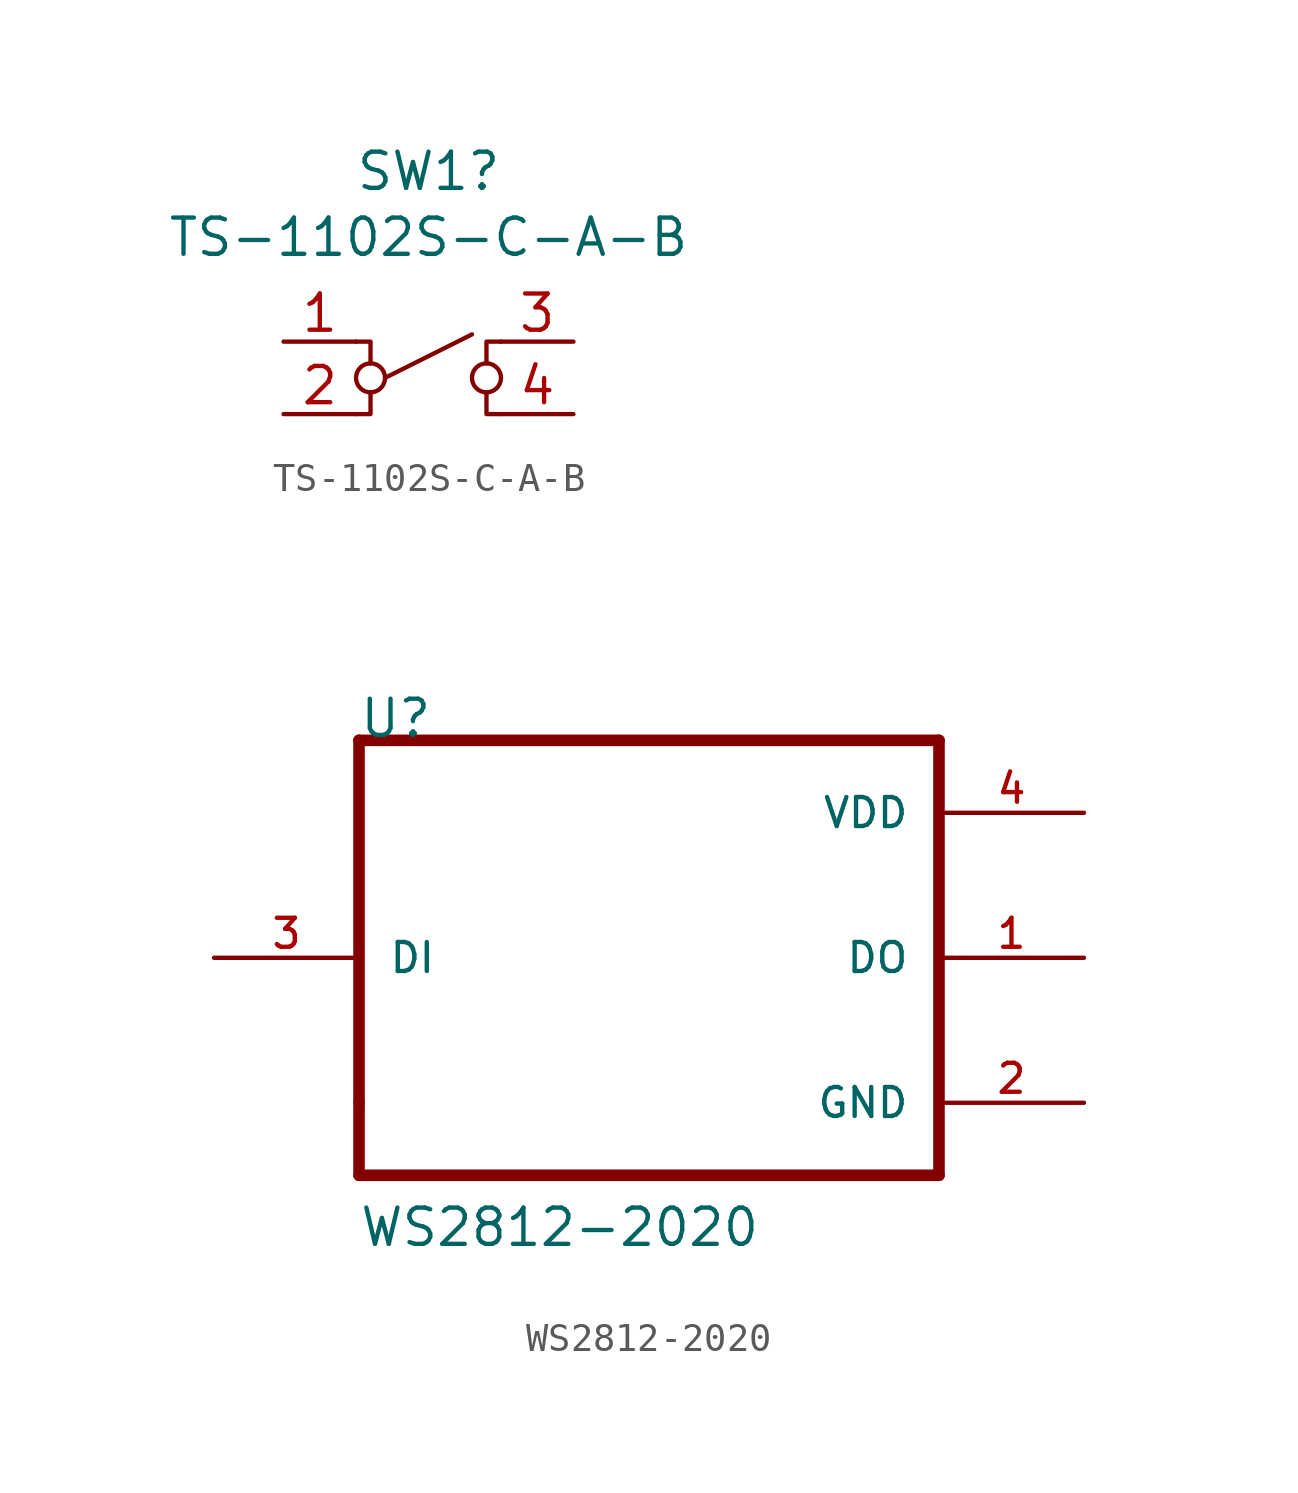
<source format=kicad_sym>
(kicad_symbol_lib
  (version 20210619)
  (generator kicad_symbol_editor)
  (symbol "PCB_TS-1102S-C-A-B:TS-1102S-C-A-B"
    (pin_names
      (offset 0) hide)
    (property "Reference" "SW1"
      (at 0 5.969 0)
      (effects (font (size 1.27 1.27))))
    (property "Value" "TS-1102S-C-A-B"
      (at 0 3.658 0)
      (effects (font (size 1.27 1.27))))
    (symbol "TS-1102S-C-A-B_0_0"
      (circle (center -2.032 -1.27) (radius 0.508) (stroke (width 0)) (fill (type none)))
      (circle (center 2.032 -1.27) (radius 0.508) (stroke (width 0)) (fill (type none)))
      (polyline (pts (xy -1.524 -1.27) (xy 1.524 0.254)) (stroke (width 0)) (fill (type none))))
    (symbol "TS-1102S-C-A-B_0_1"
      (polyline (pts (xy -2.54 -2.54) (xy -2.032 -2.54) (xy -2.032 -1.778)) (stroke (width 0.152)) (fill (type none)))
      (polyline (pts (xy -2.54 0) (xy -2.032 0) (xy -2.032 -0.762)) (stroke (width 0.152)) (fill (type none)))
      (polyline (pts (xy 2.54 -2.54) (xy 2.032 -2.54) (xy 2.032 -1.778)) (stroke (width 0.152)) (fill (type none)))
      (polyline (pts (xy 2.54 0) (xy 2.032 0) (xy 2.032 -0.762)) (stroke (width 0.152)) (fill (type none))))
    (symbol "TS-1102S-C-A-B_1_1"
      (pin passive line (at -5.08 0 0) (length 2.54) (name "A" (effects (font (size 1.27 1.27)))) (number "1" (effects (font (size 1.27 1.27)))))
      (pin passive line (at -5.08 -2.54 0) (length 2.54) (name "B" (effects (font (size 1.27 1.27)))) (number "2" (effects (font (size 1.27 1.27)))))
      (pin passive line (at 5.08 0 180) (length 2.54) (name "C" (effects (font (size 1.27 1.27)))) (number "3" (effects (font (size 1.27 1.27)))))
      (pin passive line (at 5.08 -2.54 180) (length 2.54) (name "C" (effects (font (size 1.27 1.27)))) (number "4" (effects (font (size 1.27 1.27)))))))
  (symbol "PCB_TS-1102S-C-A-B:WS2812-2020"
    (pin_names
      (offset 1.016))
    (property "Reference" "U"
      (at -10.185 7.645 0)
      (effects (font (size 1.27 1.27)) (justify left bottom)))
    (property "Value" "WS2812-2020"
      (at -10.185 -10.185 0)
      (effects (font (size 1.27 1.27)) (justify left bottom)))
    (property "ki_locked" ""
      (at 0 0 0)
      (effects (font (size 1.27 1.27))))
    (symbol "WS2812-2020_0_0"
      (polyline (pts (xy -10.16 -7.62) (xy -10.16 -5.08)) (stroke (width 0.406)) (fill (type none)))
      (polyline (pts (xy -10.16 -5.08) (xy -10.16 7.62)) (stroke (width 0.406)) (fill (type none)))
      (polyline (pts (xy -10.16 7.62) (xy 10.16 7.62)) (stroke (width 0.406)) (fill (type none)))
      (polyline (pts (xy 10.16 -7.62) (xy -10.16 -7.62)) (stroke (width 0.406)) (fill (type none)))
      (polyline (pts (xy 10.16 7.62) (xy 10.16 -7.62)) (stroke (width 0.406)) (fill (type none)))
      (pin output line (at 15.24 0 180) (length 5.08) (name "DO" (effects (font (size 1.016 1.016)))) (number "1" (effects (font (size 1.016 1.016)))))
      (pin power_in line (at 15.24 -5.08 180) (length 5.08) (name "GND" (effects (font (size 1.016 1.016)))) (number "2" (effects (font (size 1.016 1.016)))))
      (pin input line (at -15.24 0 0) (length 5.08) (name "DI" (effects (font (size 1.016 1.016)))) (number "3" (effects (font (size 1.016 1.016)))))
      (pin power_in line (at 15.24 5.08 180) (length 5.08) (name "VDD" (effects (font (size 1.016 1.016)))) (number "4" (effects (font (size 1.016 1.016))))))))
</source>
